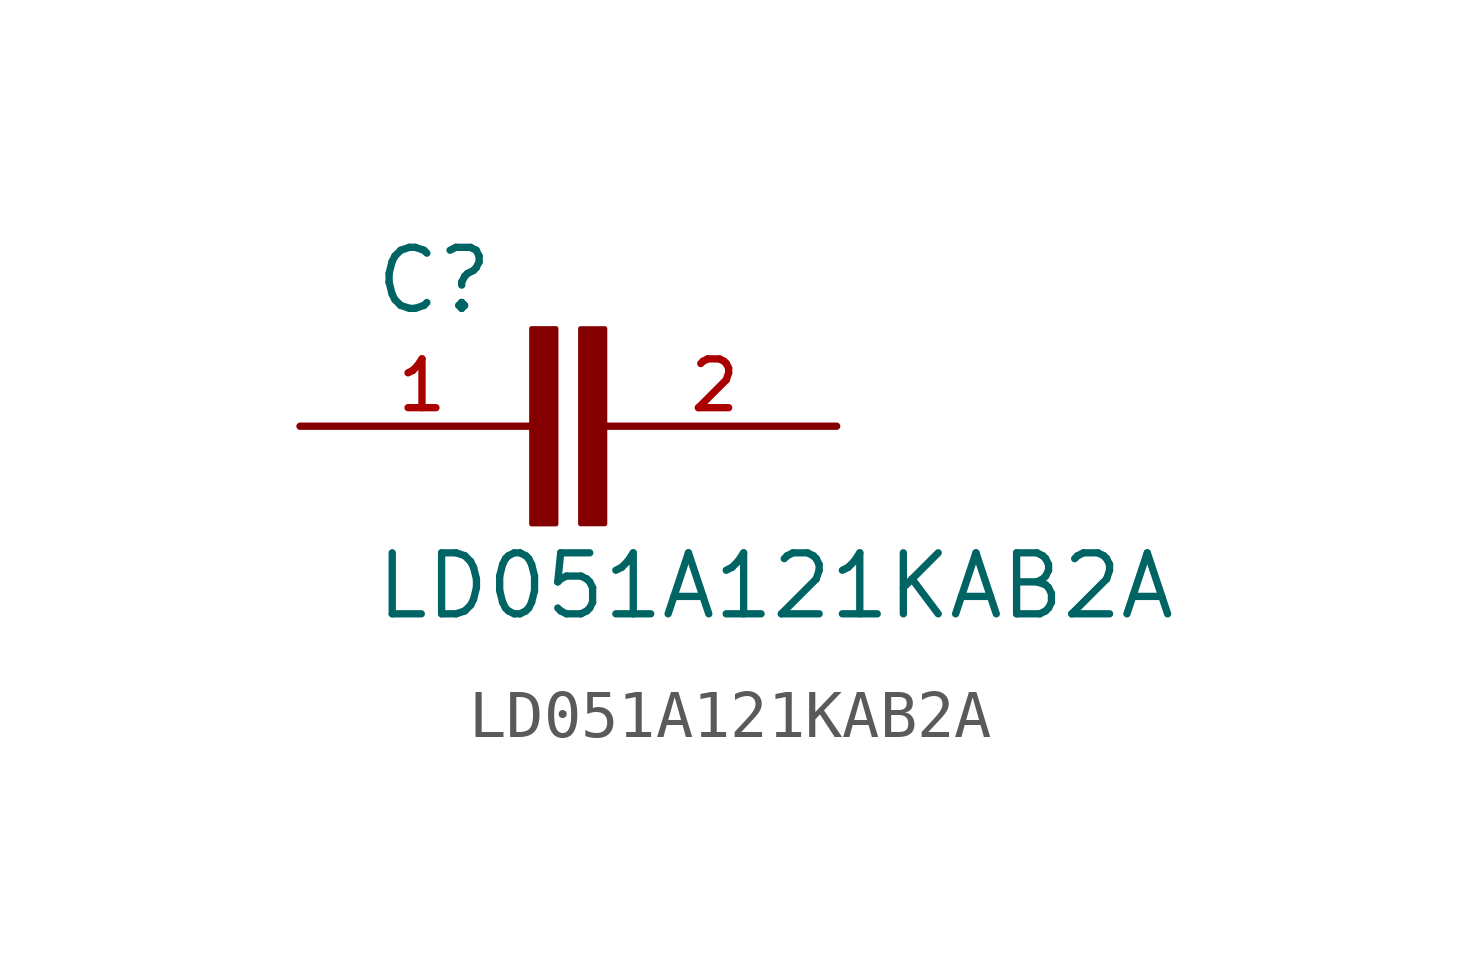
<source format=kicad_sym>
(kicad_symbol_lib
  (version 20211014)
  (generator kicad_symbol_editor)
  (symbol "LD051A121KAB2A"
    (pin_names
      (offset 1.016))
    (property "Reference" "C"
      (at -4.075 2.292 0)
      (effects (font (size 1.27 1.27)) (justify bottom left)))
    (property "Value" "LD051A121KAB2A"
      (at -4.07 -4.07 0)
      (effects (font (size 1.27 1.27)) (justify bottom left)))
    (symbol "LD051A121KAB2A_0_0"
      (rectangle (start -0.766 -2.036) (end -0.257 2.035) (stroke (width 0.1)) (fill (type outline)))
      (rectangle (start 0.253 -2.033) (end 0.761 2.033) (stroke (width 0.1)) (fill (type outline)))
      (pin passive line (at -5.588 0.0 0) (length 5.08) (name "~" (effects (font (size 1.016 1.016)))) (number "1" (effects (font (size 1.016 1.016)))))
      (pin passive line (at 5.588 0.0 180.0) (length 5.08) (name "~" (effects (font (size 1.016 1.016)))) (number "2" (effects (font (size 1.016 1.016))))))))
</source>
